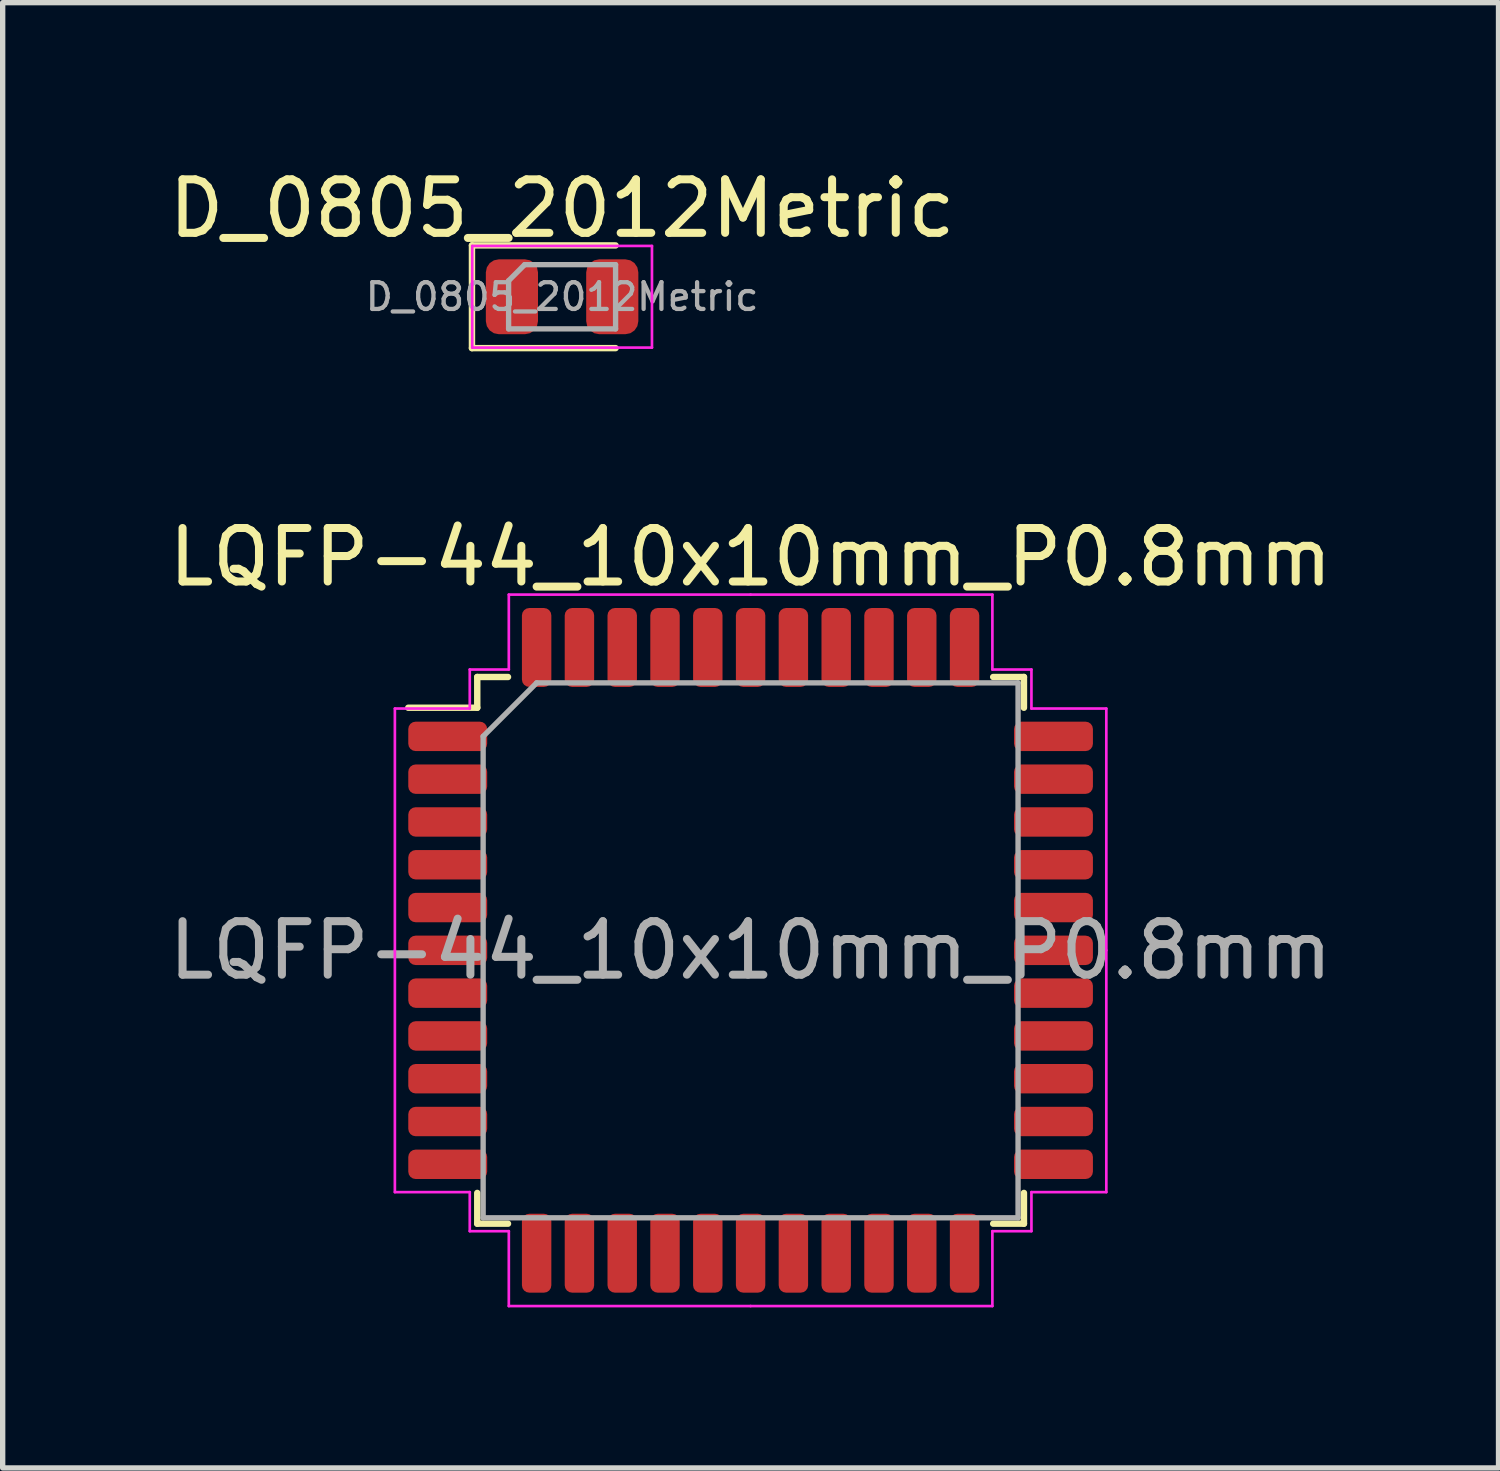
<source format=kicad_pcb>
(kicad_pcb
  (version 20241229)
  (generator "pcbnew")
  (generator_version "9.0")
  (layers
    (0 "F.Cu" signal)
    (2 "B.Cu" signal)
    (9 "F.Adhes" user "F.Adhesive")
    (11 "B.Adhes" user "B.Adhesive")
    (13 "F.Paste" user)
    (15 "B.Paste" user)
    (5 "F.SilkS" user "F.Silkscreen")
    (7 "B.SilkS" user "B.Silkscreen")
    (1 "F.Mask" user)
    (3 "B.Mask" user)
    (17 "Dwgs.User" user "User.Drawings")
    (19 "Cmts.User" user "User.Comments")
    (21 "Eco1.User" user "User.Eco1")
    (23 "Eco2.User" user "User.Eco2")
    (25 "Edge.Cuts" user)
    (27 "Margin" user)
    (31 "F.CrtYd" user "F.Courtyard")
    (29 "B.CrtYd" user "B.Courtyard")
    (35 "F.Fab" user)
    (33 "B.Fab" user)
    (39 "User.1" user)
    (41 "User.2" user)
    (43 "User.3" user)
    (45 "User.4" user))
  (footprint "LQFP-44_10x10mm_P0.8mm"
    (layer "F.Cu")
    (at 10.982 14.716)
    (property "Reference" "LQFP-44_10x10mm_P0.8mm" (at 0 -7.35 0) (layer "F.SilkS") (effects (font (size 1 1) (thickness 0.15))))
    (attr smd)
    (fp_line (start -5.11 -5.11) (end -5.11 -4.535) (stroke (width 0.12) (type solid)) (layer "F.SilkS"))
    (fp_line (start -5.11 -4.535) (end -6.4 -4.535) (stroke (width 0.12) (type solid)) (layer "F.SilkS"))
    (fp_line (start -5.11 5.11) (end -5.11 4.535) (stroke (width 0.12) (type solid)) (layer "F.SilkS"))
    (fp_line (start -4.535 -5.11) (end -5.11 -5.11) (stroke (width 0.12) (type solid)) (layer "F.SilkS"))
    (fp_line (start -4.535 5.11) (end -5.11 5.11) (stroke (width 0.12) (type solid)) (layer "F.SilkS"))
    (fp_line (start 4.535 -5.11) (end 5.11 -5.11) (stroke (width 0.12) (type solid)) (layer "F.SilkS"))
    (fp_line (start 4.535 5.11) (end 5.11 5.11) (stroke (width 0.12) (type solid)) (layer "F.SilkS"))
    (fp_line (start 5.11 -5.11) (end 5.11 -4.535) (stroke (width 0.12) (type solid)) (layer "F.SilkS"))
    (fp_line (start 5.11 5.11) (end 5.11 4.535) (stroke (width 0.12) (type solid)) (layer "F.SilkS"))
    (fp_line (start -6.65 -4.52) (end -6.65 0) (stroke (width 0.05) (type solid)) (layer "F.CrtYd"))
    (fp_line (start -6.65 4.52) (end -6.65 0) (stroke (width 0.05) (type solid)) (layer "F.CrtYd"))
    (fp_line (start -5.25 -5.25) (end -5.25 -4.52) (stroke (width 0.05) (type solid)) (layer "F.CrtYd"))
    (fp_line (start -5.25 -4.52) (end -6.65 -4.52) (stroke (width 0.05) (type solid)) (layer "F.CrtYd"))
    (fp_line (start -5.25 4.52) (end -6.65 4.52) (stroke (width 0.05) (type solid)) (layer "F.CrtYd"))
    (fp_line (start -5.25 5.25) (end -5.25 4.52) (stroke (width 0.05) (type solid)) (layer "F.CrtYd"))
    (fp_line (start -4.52 -6.65) (end -4.52 -5.25) (stroke (width 0.05) (type solid)) (layer "F.CrtYd"))
    (fp_line (start -4.52 -5.25) (end -5.25 -5.25) (stroke (width 0.05) (type solid)) (layer "F.CrtYd"))
    (fp_line (start -4.52 5.25) (end -5.25 5.25) (stroke (width 0.05) (type solid)) (layer "F.CrtYd"))
    (fp_line (start -4.52 6.65) (end -4.52 5.25) (stroke (width 0.05) (type solid)) (layer "F.CrtYd"))
    (fp_line (start 0 -6.65) (end -4.52 -6.65) (stroke (width 0.05) (type solid)) (layer "F.CrtYd"))
    (fp_line (start 0 -6.65) (end 4.52 -6.65) (stroke (width 0.05) (type solid)) (layer "F.CrtYd"))
    (fp_line (start 0 6.65) (end -4.52 6.65) (stroke (width 0.05) (type solid)) (layer "F.CrtYd"))
    (fp_line (start 0 6.65) (end 4.52 6.65) (stroke (width 0.05) (type solid)) (layer "F.CrtYd"))
    (fp_line (start 4.52 -6.65) (end 4.52 -5.25) (stroke (width 0.05) (type solid)) (layer "F.CrtYd"))
    (fp_line (start 4.52 -5.25) (end 5.25 -5.25) (stroke (width 0.05) (type solid)) (layer "F.CrtYd"))
    (fp_line (start 4.52 5.25) (end 5.25 5.25) (stroke (width 0.05) (type solid)) (layer "F.CrtYd"))
    (fp_line (start 4.52 6.65) (end 4.52 5.25) (stroke (width 0.05) (type solid)) (layer "F.CrtYd"))
    (fp_line (start 5.25 -5.25) (end 5.25 -4.52) (stroke (width 0.05) (type solid)) (layer "F.CrtYd"))
    (fp_line (start 5.25 -4.52) (end 6.65 -4.52) (stroke (width 0.05) (type solid)) (layer "F.CrtYd"))
    (fp_line (start 5.25 4.52) (end 6.65 4.52) (stroke (width 0.05) (type solid)) (layer "F.CrtYd"))
    (fp_line (start 5.25 5.25) (end 5.25 4.52) (stroke (width 0.05) (type solid)) (layer "F.CrtYd"))
    (fp_line (start 6.65 -4.52) (end 6.65 0) (stroke (width 0.05) (type solid)) (layer "F.CrtYd"))
    (fp_line (start 6.65 4.52) (end 6.65 0) (stroke (width 0.05) (type solid)) (layer "F.CrtYd"))
    (fp_line (start -5 -4) (end -4 -5) (stroke (width 0.1) (type solid)) (layer "F.Fab"))
    (fp_line (start -5 5) (end -5 -4) (stroke (width 0.1) (type solid)) (layer "F.Fab"))
    (fp_line (start -4 -5) (end 5 -5) (stroke (width 0.1) (type solid)) (layer "F.Fab"))
    (fp_line (start 5 -5) (end 5 5) (stroke (width 0.1) (type solid)) (layer "F.Fab"))
    (fp_line (start 5 5) (end -5 5) (stroke (width 0.1) (type solid)) (layer "F.Fab"))
    (fp_text user "${REFERENCE}" (at 0 0 0) (layer "F.Fab") (effects (font (size 1 1) (thickness 0.15))))
    (pad "1" smd roundrect (at -5.662 -4) (size 1.475 0.55) (layers "F.Cu" "F.Mask" "F.Paste") (roundrect_rratio 0.25))
    (pad "2" smd roundrect (at -5.662 -3.2) (size 1.475 0.55) (layers "F.Cu" "F.Mask" "F.Paste") (roundrect_rratio 0.25))
    (pad "3" smd roundrect (at -5.662 -2.4) (size 1.475 0.55) (layers "F.Cu" "F.Mask" "F.Paste") (roundrect_rratio 0.25))
    (pad "4" smd roundrect (at -5.662 -1.6) (size 1.475 0.55) (layers "F.Cu" "F.Mask" "F.Paste") (roundrect_rratio 0.25))
    (pad "5" smd roundrect (at -5.662 -0.8) (size 1.475 0.55) (layers "F.Cu" "F.Mask" "F.Paste") (roundrect_rratio 0.25))
    (pad "6" smd roundrect (at -5.662 0) (size 1.475 0.55) (layers "F.Cu" "F.Mask" "F.Paste") (roundrect_rratio 0.25))
    (pad "7" smd roundrect (at -5.662 0.8) (size 1.475 0.55) (layers "F.Cu" "F.Mask" "F.Paste") (roundrect_rratio 0.25))
    (pad "8" smd roundrect (at -5.662 1.6) (size 1.475 0.55) (layers "F.Cu" "F.Mask" "F.Paste") (roundrect_rratio 0.25))
    (pad "9" smd roundrect (at -5.662 2.4) (size 1.475 0.55) (layers "F.Cu" "F.Mask" "F.Paste") (roundrect_rratio 0.25))
    (pad "10" smd roundrect (at -5.662 3.2) (size 1.475 0.55) (layers "F.Cu" "F.Mask" "F.Paste") (roundrect_rratio 0.25))
    (pad "11" smd roundrect (at -5.662 4) (size 1.475 0.55) (layers "F.Cu" "F.Mask" "F.Paste") (roundrect_rratio 0.25))
    (pad "12" smd roundrect (at -4 5.662) (size 0.55 1.475) (layers "F.Cu" "F.Mask" "F.Paste") (roundrect_rratio 0.25))
    (pad "13" smd roundrect (at -3.2 5.662) (size 0.55 1.475) (layers "F.Cu" "F.Mask" "F.Paste") (roundrect_rratio 0.25))
    (pad "14" smd roundrect (at -2.4 5.662) (size 0.55 1.475) (layers "F.Cu" "F.Mask" "F.Paste") (roundrect_rratio 0.25))
    (pad "15" smd roundrect (at -1.6 5.662) (size 0.55 1.475) (layers "F.Cu" "F.Mask" "F.Paste") (roundrect_rratio 0.25))
    (pad "16" smd roundrect (at -0.8 5.662) (size 0.55 1.475) (layers "F.Cu" "F.Mask" "F.Paste") (roundrect_rratio 0.25))
    (pad "17" smd roundrect (at 0 5.662) (size 0.55 1.475) (layers "F.Cu" "F.Mask" "F.Paste") (roundrect_rratio 0.25))
    (pad "18" smd roundrect (at 0.8 5.662) (size 0.55 1.475) (layers "F.Cu" "F.Mask" "F.Paste") (roundrect_rratio 0.25))
    (pad "19" smd roundrect (at 1.6 5.662) (size 0.55 1.475) (layers "F.Cu" "F.Mask" "F.Paste") (roundrect_rratio 0.25))
    (pad "20" smd roundrect (at 2.4 5.662) (size 0.55 1.475) (layers "F.Cu" "F.Mask" "F.Paste") (roundrect_rratio 0.25))
    (pad "21" smd roundrect (at 3.2 5.662) (size 0.55 1.475) (layers "F.Cu" "F.Mask" "F.Paste") (roundrect_rratio 0.25))
    (pad "22" smd roundrect (at 4 5.662) (size 0.55 1.475) (layers "F.Cu" "F.Mask" "F.Paste") (roundrect_rratio 0.25))
    (pad "23" smd roundrect (at 5.662 4) (size 1.475 0.55) (layers "F.Cu" "F.Mask" "F.Paste") (roundrect_rratio 0.25))
    (pad "24" smd roundrect (at 5.662 3.2) (size 1.475 0.55) (layers "F.Cu" "F.Mask" "F.Paste") (roundrect_rratio 0.25))
    (pad "25" smd roundrect (at 5.662 2.4) (size 1.475 0.55) (layers "F.Cu" "F.Mask" "F.Paste") (roundrect_rratio 0.25))
    (pad "26" smd roundrect (at 5.662 1.6) (size 1.475 0.55) (layers "F.Cu" "F.Mask" "F.Paste") (roundrect_rratio 0.25))
    (pad "27" smd roundrect (at 5.662 0.8) (size 1.475 0.55) (layers "F.Cu" "F.Mask" "F.Paste") (roundrect_rratio 0.25))
    (pad "28" smd roundrect (at 5.662 0) (size 1.475 0.55) (layers "F.Cu" "F.Mask" "F.Paste") (roundrect_rratio 0.25))
    (pad "29" smd roundrect (at 5.662 -0.8) (size 1.475 0.55) (layers "F.Cu" "F.Mask" "F.Paste") (roundrect_rratio 0.25))
    (pad "30" smd roundrect (at 5.662 -1.6) (size 1.475 0.55) (layers "F.Cu" "F.Mask" "F.Paste") (roundrect_rratio 0.25))
    (pad "31" smd roundrect (at 5.662 -2.4) (size 1.475 0.55) (layers "F.Cu" "F.Mask" "F.Paste") (roundrect_rratio 0.25))
    (pad "32" smd roundrect (at 5.662 -3.2) (size 1.475 0.55) (layers "F.Cu" "F.Mask" "F.Paste") (roundrect_rratio 0.25))
    (pad "33" smd roundrect (at 5.662 -4) (size 1.475 0.55) (layers "F.Cu" "F.Mask" "F.Paste") (roundrect_rratio 0.25))
    (pad "34" smd roundrect (at 4 -5.662) (size 0.55 1.475) (layers "F.Cu" "F.Mask" "F.Paste") (roundrect_rratio 0.25))
    (pad "35" smd roundrect (at 3.2 -5.662) (size 0.55 1.475) (layers "F.Cu" "F.Mask" "F.Paste") (roundrect_rratio 0.25))
    (pad "36" smd roundrect (at 2.4 -5.662) (size 0.55 1.475) (layers "F.Cu" "F.Mask" "F.Paste") (roundrect_rratio 0.25))
    (pad "37" smd roundrect (at 1.6 -5.662) (size 0.55 1.475) (layers "F.Cu" "F.Mask" "F.Paste") (roundrect_rratio 0.25))
    (pad "38" smd roundrect (at 0.8 -5.662) (size 0.55 1.475) (layers "F.Cu" "F.Mask" "F.Paste") (roundrect_rratio 0.25))
    (pad "39" smd roundrect (at 0 -5.662) (size 0.55 1.475) (layers "F.Cu" "F.Mask" "F.Paste") (roundrect_rratio 0.25))
    (pad "40" smd roundrect (at -0.8 -5.662) (size 0.55 1.475) (layers "F.Cu" "F.Mask" "F.Paste") (roundrect_rratio 0.25))
    (pad "41" smd roundrect (at -1.6 -5.662) (size 0.55 1.475) (layers "F.Cu" "F.Mask" "F.Paste") (roundrect_rratio 0.25))
    (pad "42" smd roundrect (at -2.4 -5.662) (size 0.55 1.475) (layers "F.Cu" "F.Mask" "F.Paste") (roundrect_rratio 0.25))
    (pad "43" smd roundrect (at -3.2 -5.662) (size 0.55 1.475) (layers "F.Cu" "F.Mask" "F.Paste") (roundrect_rratio 0.25))
    (pad "44" smd roundrect (at -4 -5.662) (size 0.55 1.475) (layers "F.Cu" "F.Mask" "F.Paste") (roundrect_rratio 0.25)))
  (footprint "D_0805_2012Metric"
    (layer "F.Cu")
    (at 7.458 2.498)
    (property "Reference" "D_0805_2012Metric" (at 0 -1.65 0) (layer "F.SilkS") (effects (font (size 1 1) (thickness 0.15))))
    (attr smd)
    (fp_line (start -1.685 -0.96) (end -1.685 0.96) (stroke (width 0.12) (type solid)) (layer "F.SilkS"))
    (fp_line (start -1.685 0.96) (end 1 0.96) (stroke (width 0.12) (type solid)) (layer "F.SilkS"))
    (fp_line (start 1 -0.96) (end -1.685 -0.96) (stroke (width 0.12) (type solid)) (layer "F.SilkS"))
    (fp_line (start -1.68 -0.95) (end 1.68 -0.95) (stroke (width 0.05) (type solid)) (layer "F.CrtYd"))
    (fp_line (start -1.68 0.95) (end -1.68 -0.95) (stroke (width 0.05) (type solid)) (layer "F.CrtYd"))
    (fp_line (start 1.68 -0.95) (end 1.68 0.95) (stroke (width 0.05) (type solid)) (layer "F.CrtYd"))
    (fp_line (start 1.68 0.95) (end -1.68 0.95) (stroke (width 0.05) (type solid)) (layer "F.CrtYd"))
    (fp_line (start -1 -0.3) (end -1 0.6) (stroke (width 0.1) (type solid)) (layer "F.Fab"))
    (fp_line (start -1 0.6) (end 1 0.6) (stroke (width 0.1) (type solid)) (layer "F.Fab"))
    (fp_line (start -0.7 -0.6) (end -1 -0.3) (stroke (width 0.1) (type solid)) (layer "F.Fab"))
    (fp_line (start 1 -0.6) (end -0.7 -0.6) (stroke (width 0.1) (type solid)) (layer "F.Fab"))
    (fp_line (start 1 0.6) (end 1 -0.6) (stroke (width 0.1) (type solid)) (layer "F.Fab"))
    (fp_text user "${REFERENCE}" (at 0 0 0) (layer "F.Fab") (effects (font (size 0.5 0.5) (thickness 0.08))))
    (pad "1" smd roundrect (at -0.938 0) (size 0.975 1.4) (layers "F.Cu" "F.Mask" "F.Paste") (roundrect_rratio 0.25))
    (pad "2" smd roundrect (at 0.938 0) (size 0.975 1.4) (layers "F.Cu" "F.Mask" "F.Paste") (roundrect_rratio 0.25)))
  (gr_rect
    (start -3 -3)
    (end 24.964 24.392)
    (stroke (width 0.1) (type default))
    (fill no)
    (layer "Edge.Cuts")))
</source>
